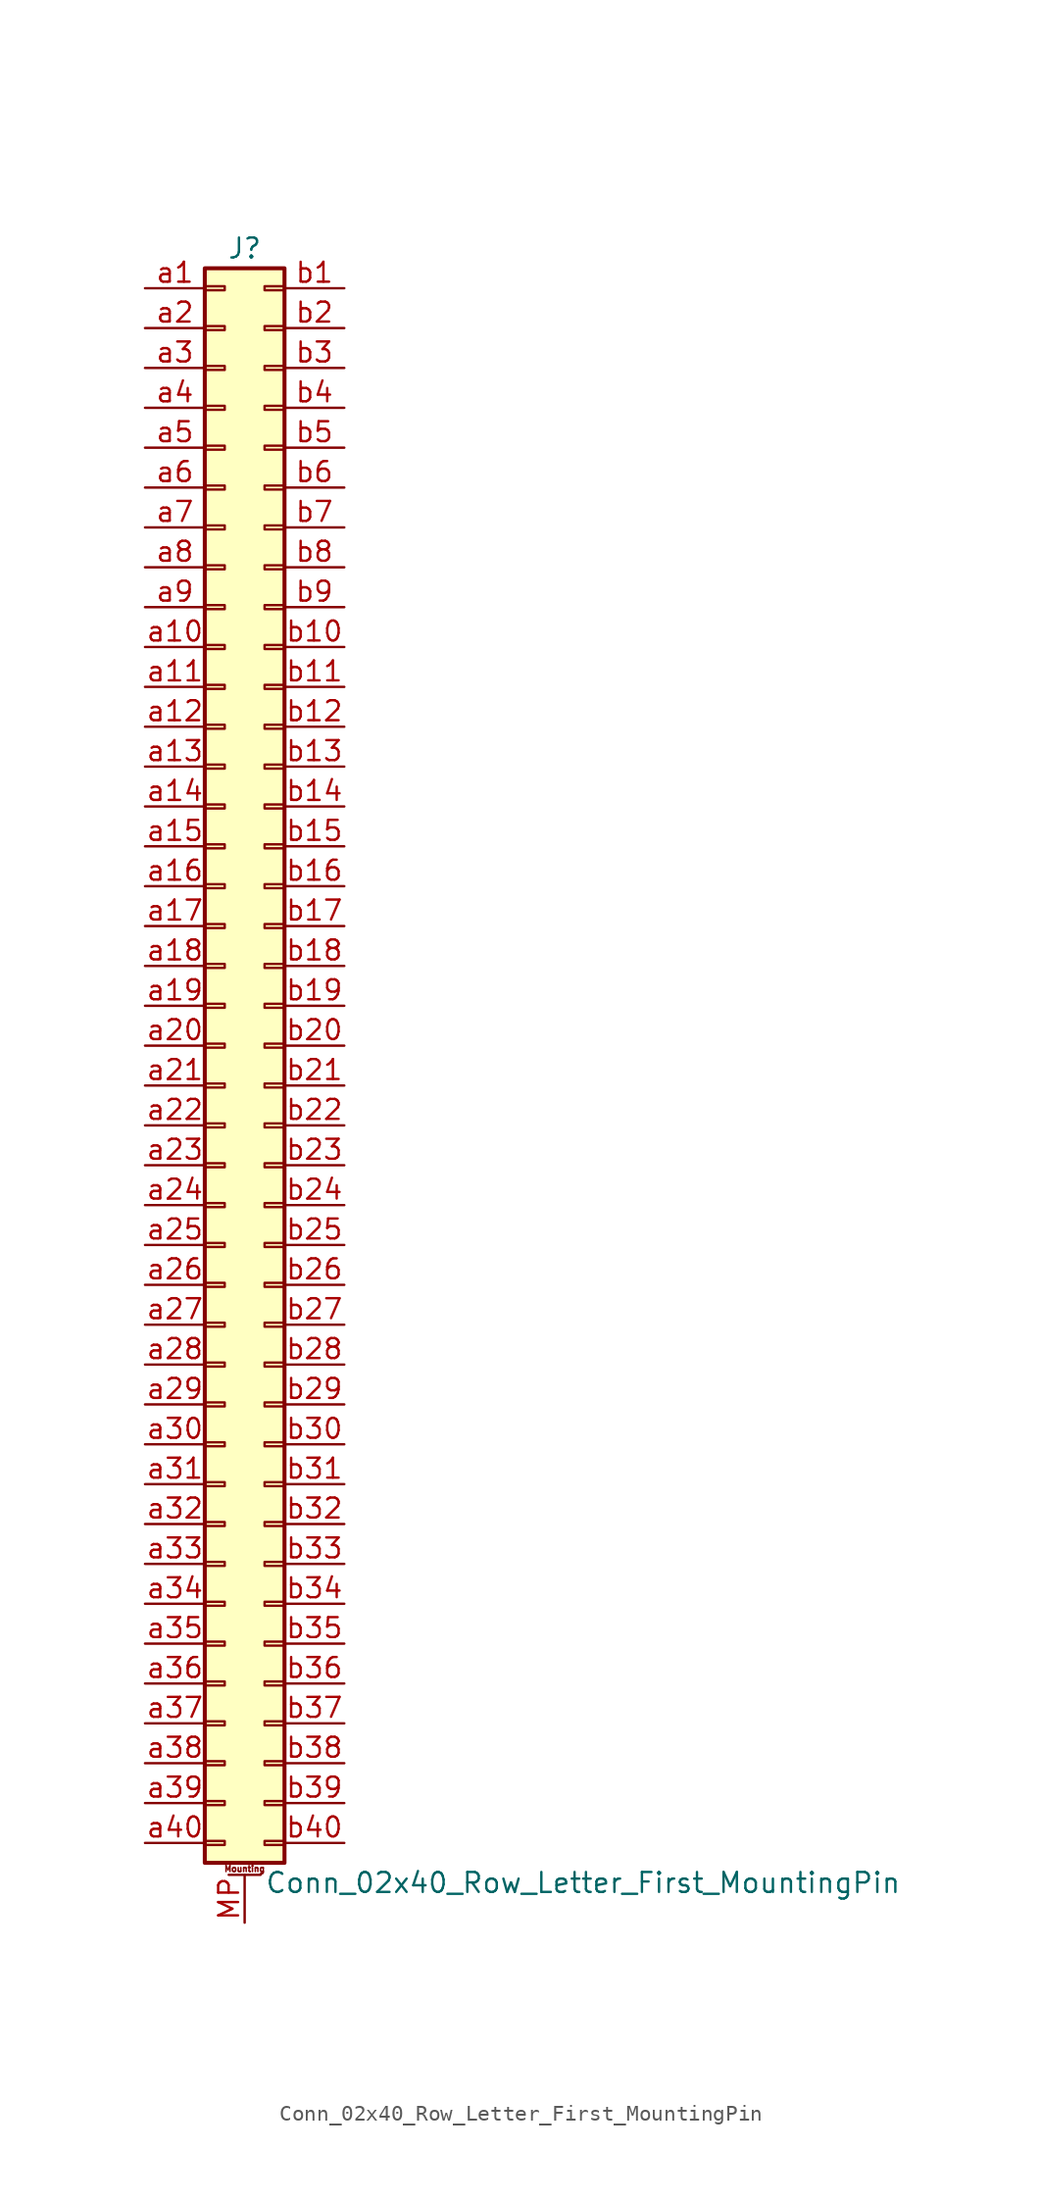
<source format=kicad_sym>
(kicad_symbol_lib
  (version 20211014)
  (generator kicad_symbol_editor)
  (symbol "Conn_02x40_Row_Letter_First_MountingPin"
    (pin_names
      (offset 1.016) hide)
    (property "Reference" "J"
      (at 1.27 50.8 0)
      (effects (font (size 1.27 1.27))))
    (property "Value" "Conn_02x40_Row_Letter_First_MountingPin"
      (at 2.54 -53.34 0)
      (effects (font (size 1.27 1.27)) (justify left)))
    (symbol "Conn_02x40_Row_Letter_First_MountingPin_1_1"
      (rectangle (start -1.27 -50.673) (end 0 -50.927) (stroke (width 0.152) (type default) (color 0 0 0 0)) (fill (type none)))
      (rectangle (start -1.27 -48.133) (end 0 -48.387) (stroke (width 0.152) (type default) (color 0 0 0 0)) (fill (type none)))
      (rectangle (start -1.27 -45.593) (end 0 -45.847) (stroke (width 0.152) (type default) (color 0 0 0 0)) (fill (type none)))
      (rectangle (start -1.27 -43.053) (end 0 -43.307) (stroke (width 0.152) (type default) (color 0 0 0 0)) (fill (type none)))
      (rectangle (start -1.27 -40.513) (end 0 -40.767) (stroke (width 0.152) (type default) (color 0 0 0 0)) (fill (type none)))
      (rectangle (start -1.27 -37.973) (end 0 -38.227) (stroke (width 0.152) (type default) (color 0 0 0 0)) (fill (type none)))
      (rectangle (start -1.27 -35.433) (end 0 -35.687) (stroke (width 0.152) (type default) (color 0 0 0 0)) (fill (type none)))
      (rectangle (start -1.27 -32.893) (end 0 -33.147) (stroke (width 0.152) (type default) (color 0 0 0 0)) (fill (type none)))
      (rectangle (start -1.27 -30.353) (end 0 -30.607) (stroke (width 0.152) (type default) (color 0 0 0 0)) (fill (type none)))
      (rectangle (start -1.27 -27.813) (end 0 -28.067) (stroke (width 0.152) (type default) (color 0 0 0 0)) (fill (type none)))
      (rectangle (start -1.27 -25.273) (end 0 -25.527) (stroke (width 0.152) (type default) (color 0 0 0 0)) (fill (type none)))
      (rectangle (start -1.27 -22.733) (end 0 -22.987) (stroke (width 0.152) (type default) (color 0 0 0 0)) (fill (type none)))
      (rectangle (start -1.27 -20.193) (end 0 -20.447) (stroke (width 0.152) (type default) (color 0 0 0 0)) (fill (type none)))
      (rectangle (start -1.27 -17.653) (end 0 -17.907) (stroke (width 0.152) (type default) (color 0 0 0 0)) (fill (type none)))
      (rectangle (start -1.27 -15.113) (end 0 -15.367) (stroke (width 0.152) (type default) (color 0 0 0 0)) (fill (type none)))
      (rectangle (start -1.27 -12.573) (end 0 -12.827) (stroke (width 0.152) (type default) (color 0 0 0 0)) (fill (type none)))
      (rectangle (start -1.27 -10.033) (end 0 -10.287) (stroke (width 0.152) (type default) (color 0 0 0 0)) (fill (type none)))
      (rectangle (start -1.27 -7.493) (end 0 -7.747) (stroke (width 0.152) (type default) (color 0 0 0 0)) (fill (type none)))
      (rectangle (start -1.27 -4.953) (end 0 -5.207) (stroke (width 0.152) (type default) (color 0 0 0 0)) (fill (type none)))
      (rectangle (start -1.27 -2.413) (end 0 -2.667) (stroke (width 0.152) (type default) (color 0 0 0 0)) (fill (type none)))
      (rectangle (start -1.27 0.127) (end 0 -0.127) (stroke (width 0.152) (type default) (color 0 0 0 0)) (fill (type none)))
      (rectangle (start -1.27 2.667) (end 0 2.413) (stroke (width 0.152) (type default) (color 0 0 0 0)) (fill (type none)))
      (rectangle (start -1.27 5.207) (end 0 4.953) (stroke (width 0.152) (type default) (color 0 0 0 0)) (fill (type none)))
      (rectangle (start -1.27 7.747) (end 0 7.493) (stroke (width 0.152) (type default) (color 0 0 0 0)) (fill (type none)))
      (rectangle (start -1.27 10.287) (end 0 10.033) (stroke (width 0.152) (type default) (color 0 0 0 0)) (fill (type none)))
      (rectangle (start -1.27 12.827) (end 0 12.573) (stroke (width 0.152) (type default) (color 0 0 0 0)) (fill (type none)))
      (rectangle (start -1.27 15.367) (end 0 15.113) (stroke (width 0.152) (type default) (color 0 0 0 0)) (fill (type none)))
      (rectangle (start -1.27 17.907) (end 0 17.653) (stroke (width 0.152) (type default) (color 0 0 0 0)) (fill (type none)))
      (rectangle (start -1.27 20.447) (end 0 20.193) (stroke (width 0.152) (type default) (color 0 0 0 0)) (fill (type none)))
      (rectangle (start -1.27 22.987) (end 0 22.733) (stroke (width 0.152) (type default) (color 0 0 0 0)) (fill (type none)))
      (rectangle (start -1.27 25.527) (end 0 25.273) (stroke (width 0.152) (type default) (color 0 0 0 0)) (fill (type none)))
      (rectangle (start -1.27 28.067) (end 0 27.813) (stroke (width 0.152) (type default) (color 0 0 0 0)) (fill (type none)))
      (rectangle (start -1.27 30.607) (end 0 30.353) (stroke (width 0.152) (type default) (color 0 0 0 0)) (fill (type none)))
      (rectangle (start -1.27 33.147) (end 0 32.893) (stroke (width 0.152) (type default) (color 0 0 0 0)) (fill (type none)))
      (rectangle (start -1.27 35.687) (end 0 35.433) (stroke (width 0.152) (type default) (color 0 0 0 0)) (fill (type none)))
      (rectangle (start -1.27 38.227) (end 0 37.973) (stroke (width 0.152) (type default) (color 0 0 0 0)) (fill (type none)))
      (rectangle (start -1.27 40.767) (end 0 40.513) (stroke (width 0.152) (type default) (color 0 0 0 0)) (fill (type none)))
      (rectangle (start -1.27 43.307) (end 0 43.053) (stroke (width 0.152) (type default) (color 0 0 0 0)) (fill (type none)))
      (rectangle (start -1.27 45.847) (end 0 45.593) (stroke (width 0.152) (type default) (color 0 0 0 0)) (fill (type none)))
      (rectangle (start -1.27 48.387) (end 0 48.133) (stroke (width 0.152) (type default) (color 0 0 0 0)) (fill (type none)))
      (rectangle (start -1.27 49.53) (end 3.81 -52.07) (stroke (width 0.254) (type default) (color 0 0 0 0)) (fill (type background)))
      (polyline (pts (xy 0.254 -52.832) (xy 2.286 -52.832)) (stroke (width 0.152) (type default) (color 0 0 0 0)) (fill (type none)))
      (rectangle (start 3.81 -50.673) (end 2.54 -50.927) (stroke (width 0.152) (type default) (color 0 0 0 0)) (fill (type none)))
      (rectangle (start 3.81 -48.133) (end 2.54 -48.387) (stroke (width 0.152) (type default) (color 0 0 0 0)) (fill (type none)))
      (rectangle (start 3.81 -45.593) (end 2.54 -45.847) (stroke (width 0.152) (type default) (color 0 0 0 0)) (fill (type none)))
      (rectangle (start 3.81 -43.053) (end 2.54 -43.307) (stroke (width 0.152) (type default) (color 0 0 0 0)) (fill (type none)))
      (rectangle (start 3.81 -40.513) (end 2.54 -40.767) (stroke (width 0.152) (type default) (color 0 0 0 0)) (fill (type none)))
      (rectangle (start 3.81 -37.973) (end 2.54 -38.227) (stroke (width 0.152) (type default) (color 0 0 0 0)) (fill (type none)))
      (rectangle (start 3.81 -35.433) (end 2.54 -35.687) (stroke (width 0.152) (type default) (color 0 0 0 0)) (fill (type none)))
      (rectangle (start 3.81 -32.893) (end 2.54 -33.147) (stroke (width 0.152) (type default) (color 0 0 0 0)) (fill (type none)))
      (rectangle (start 3.81 -30.353) (end 2.54 -30.607) (stroke (width 0.152) (type default) (color 0 0 0 0)) (fill (type none)))
      (rectangle (start 3.81 -27.813) (end 2.54 -28.067) (stroke (width 0.152) (type default) (color 0 0 0 0)) (fill (type none)))
      (rectangle (start 3.81 -25.273) (end 2.54 -25.527) (stroke (width 0.152) (type default) (color 0 0 0 0)) (fill (type none)))
      (rectangle (start 3.81 -22.733) (end 2.54 -22.987) (stroke (width 0.152) (type default) (color 0 0 0 0)) (fill (type none)))
      (rectangle (start 3.81 -20.193) (end 2.54 -20.447) (stroke (width 0.152) (type default) (color 0 0 0 0)) (fill (type none)))
      (rectangle (start 3.81 -17.653) (end 2.54 -17.907) (stroke (width 0.152) (type default) (color 0 0 0 0)) (fill (type none)))
      (rectangle (start 3.81 -15.113) (end 2.54 -15.367) (stroke (width 0.152) (type default) (color 0 0 0 0)) (fill (type none)))
      (rectangle (start 3.81 -12.573) (end 2.54 -12.827) (stroke (width 0.152) (type default) (color 0 0 0 0)) (fill (type none)))
      (rectangle (start 3.81 -10.033) (end 2.54 -10.287) (stroke (width 0.152) (type default) (color 0 0 0 0)) (fill (type none)))
      (rectangle (start 3.81 -7.493) (end 2.54 -7.747) (stroke (width 0.152) (type default) (color 0 0 0 0)) (fill (type none)))
      (rectangle (start 3.81 -4.953) (end 2.54 -5.207) (stroke (width 0.152) (type default) (color 0 0 0 0)) (fill (type none)))
      (rectangle (start 3.81 -2.413) (end 2.54 -2.667) (stroke (width 0.152) (type default) (color 0 0 0 0)) (fill (type none)))
      (rectangle (start 3.81 0.127) (end 2.54 -0.127) (stroke (width 0.152) (type default) (color 0 0 0 0)) (fill (type none)))
      (rectangle (start 3.81 2.667) (end 2.54 2.413) (stroke (width 0.152) (type default) (color 0 0 0 0)) (fill (type none)))
      (rectangle (start 3.81 5.207) (end 2.54 4.953) (stroke (width 0.152) (type default) (color 0 0 0 0)) (fill (type none)))
      (rectangle (start 3.81 7.747) (end 2.54 7.493) (stroke (width 0.152) (type default) (color 0 0 0 0)) (fill (type none)))
      (rectangle (start 3.81 10.287) (end 2.54 10.033) (stroke (width 0.152) (type default) (color 0 0 0 0)) (fill (type none)))
      (rectangle (start 3.81 12.827) (end 2.54 12.573) (stroke (width 0.152) (type default) (color 0 0 0 0)) (fill (type none)))
      (rectangle (start 3.81 15.367) (end 2.54 15.113) (stroke (width 0.152) (type default) (color 0 0 0 0)) (fill (type none)))
      (rectangle (start 3.81 17.907) (end 2.54 17.653) (stroke (width 0.152) (type default) (color 0 0 0 0)) (fill (type none)))
      (rectangle (start 3.81 20.447) (end 2.54 20.193) (stroke (width 0.152) (type default) (color 0 0 0 0)) (fill (type none)))
      (rectangle (start 3.81 22.987) (end 2.54 22.733) (stroke (width 0.152) (type default) (color 0 0 0 0)) (fill (type none)))
      (rectangle (start 3.81 25.527) (end 2.54 25.273) (stroke (width 0.152) (type default) (color 0 0 0 0)) (fill (type none)))
      (rectangle (start 3.81 28.067) (end 2.54 27.813) (stroke (width 0.152) (type default) (color 0 0 0 0)) (fill (type none)))
      (rectangle (start 3.81 30.607) (end 2.54 30.353) (stroke (width 0.152) (type default) (color 0 0 0 0)) (fill (type none)))
      (rectangle (start 3.81 33.147) (end 2.54 32.893) (stroke (width 0.152) (type default) (color 0 0 0 0)) (fill (type none)))
      (rectangle (start 3.81 35.687) (end 2.54 35.433) (stroke (width 0.152) (type default) (color 0 0 0 0)) (fill (type none)))
      (rectangle (start 3.81 38.227) (end 2.54 37.973) (stroke (width 0.152) (type default) (color 0 0 0 0)) (fill (type none)))
      (rectangle (start 3.81 40.767) (end 2.54 40.513) (stroke (width 0.152) (type default) (color 0 0 0 0)) (fill (type none)))
      (rectangle (start 3.81 43.307) (end 2.54 43.053) (stroke (width 0.152) (type default) (color 0 0 0 0)) (fill (type none)))
      (rectangle (start 3.81 45.847) (end 2.54 45.593) (stroke (width 0.152) (type default) (color 0 0 0 0)) (fill (type none)))
      (rectangle (start 3.81 48.387) (end 2.54 48.133) (stroke (width 0.152) (type default) (color 0 0 0 0)) (fill (type none)))
      (text "Mounting" (at 1.27 -52.451 0) (effects (font (size 0.381 0.381))))
      (pin passive line (at 1.27 -55.88 90) (length 3.048) (name "MountPin" (effects (font (size 1.27 1.27)))) (number "MP" (effects (font (size 1.27 1.27)))))
      (pin passive line (at -5.08 48.26 0) (length 3.81) (name "Pin_a1" (effects (font (size 1.27 1.27)))) (number "a1" (effects (font (size 1.27 1.27)))))
      (pin passive line (at -5.08 25.4 0) (length 3.81) (name "Pin_a10" (effects (font (size 1.27 1.27)))) (number "a10" (effects (font (size 1.27 1.27)))))
      (pin passive line (at -5.08 22.86 0) (length 3.81) (name "Pin_a11" (effects (font (size 1.27 1.27)))) (number "a11" (effects (font (size 1.27 1.27)))))
      (pin passive line (at -5.08 20.32 0) (length 3.81) (name "Pin_a12" (effects (font (size 1.27 1.27)))) (number "a12" (effects (font (size 1.27 1.27)))))
      (pin passive line (at -5.08 17.78 0) (length 3.81) (name "Pin_a13" (effects (font (size 1.27 1.27)))) (number "a13" (effects (font (size 1.27 1.27)))))
      (pin passive line (at -5.08 15.24 0) (length 3.81) (name "Pin_a14" (effects (font (size 1.27 1.27)))) (number "a14" (effects (font (size 1.27 1.27)))))
      (pin passive line (at -5.08 12.7 0) (length 3.81) (name "Pin_a15" (effects (font (size 1.27 1.27)))) (number "a15" (effects (font (size 1.27 1.27)))))
      (pin passive line (at -5.08 10.16 0) (length 3.81) (name "Pin_a16" (effects (font (size 1.27 1.27)))) (number "a16" (effects (font (size 1.27 1.27)))))
      (pin passive line (at -5.08 7.62 0) (length 3.81) (name "Pin_a17" (effects (font (size 1.27 1.27)))) (number "a17" (effects (font (size 1.27 1.27)))))
      (pin passive line (at -5.08 5.08 0) (length 3.81) (name "Pin_a18" (effects (font (size 1.27 1.27)))) (number "a18" (effects (font (size 1.27 1.27)))))
      (pin passive line (at -5.08 2.54 0) (length 3.81) (name "Pin_a19" (effects (font (size 1.27 1.27)))) (number "a19" (effects (font (size 1.27 1.27)))))
      (pin passive line (at -5.08 45.72 0) (length 3.81) (name "Pin_a2" (effects (font (size 1.27 1.27)))) (number "a2" (effects (font (size 1.27 1.27)))))
      (pin passive line (at -5.08 0 0) (length 3.81) (name "Pin_a20" (effects (font (size 1.27 1.27)))) (number "a20" (effects (font (size 1.27 1.27)))))
      (pin passive line (at -5.08 -2.54 0) (length 3.81) (name "Pin_a21" (effects (font (size 1.27 1.27)))) (number "a21" (effects (font (size 1.27 1.27)))))
      (pin passive line (at -5.08 -5.08 0) (length 3.81) (name "Pin_a22" (effects (font (size 1.27 1.27)))) (number "a22" (effects (font (size 1.27 1.27)))))
      (pin passive line (at -5.08 -7.62 0) (length 3.81) (name "Pin_a23" (effects (font (size 1.27 1.27)))) (number "a23" (effects (font (size 1.27 1.27)))))
      (pin passive line (at -5.08 -10.16 0) (length 3.81) (name "Pin_a24" (effects (font (size 1.27 1.27)))) (number "a24" (effects (font (size 1.27 1.27)))))
      (pin passive line (at -5.08 -12.7 0) (length 3.81) (name "Pin_a25" (effects (font (size 1.27 1.27)))) (number "a25" (effects (font (size 1.27 1.27)))))
      (pin passive line (at -5.08 -15.24 0) (length 3.81) (name "Pin_a26" (effects (font (size 1.27 1.27)))) (number "a26" (effects (font (size 1.27 1.27)))))
      (pin passive line (at -5.08 -17.78 0) (length 3.81) (name "Pin_a27" (effects (font (size 1.27 1.27)))) (number "a27" (effects (font (size 1.27 1.27)))))
      (pin passive line (at -5.08 -20.32 0) (length 3.81) (name "Pin_a28" (effects (font (size 1.27 1.27)))) (number "a28" (effects (font (size 1.27 1.27)))))
      (pin passive line (at -5.08 -22.86 0) (length 3.81) (name "Pin_a29" (effects (font (size 1.27 1.27)))) (number "a29" (effects (font (size 1.27 1.27)))))
      (pin passive line (at -5.08 43.18 0) (length 3.81) (name "Pin_a3" (effects (font (size 1.27 1.27)))) (number "a3" (effects (font (size 1.27 1.27)))))
      (pin passive line (at -5.08 -25.4 0) (length 3.81) (name "Pin_a30" (effects (font (size 1.27 1.27)))) (number "a30" (effects (font (size 1.27 1.27)))))
      (pin passive line (at -5.08 -27.94 0) (length 3.81) (name "Pin_a31" (effects (font (size 1.27 1.27)))) (number "a31" (effects (font (size 1.27 1.27)))))
      (pin passive line (at -5.08 -30.48 0) (length 3.81) (name "Pin_a32" (effects (font (size 1.27 1.27)))) (number "a32" (effects (font (size 1.27 1.27)))))
      (pin passive line (at -5.08 -33.02 0) (length 3.81) (name "Pin_a33" (effects (font (size 1.27 1.27)))) (number "a33" (effects (font (size 1.27 1.27)))))
      (pin passive line (at -5.08 -35.56 0) (length 3.81) (name "Pin_a34" (effects (font (size 1.27 1.27)))) (number "a34" (effects (font (size 1.27 1.27)))))
      (pin passive line (at -5.08 -38.1 0) (length 3.81) (name "Pin_a35" (effects (font (size 1.27 1.27)))) (number "a35" (effects (font (size 1.27 1.27)))))
      (pin passive line (at -5.08 -40.64 0) (length 3.81) (name "Pin_a36" (effects (font (size 1.27 1.27)))) (number "a36" (effects (font (size 1.27 1.27)))))
      (pin passive line (at -5.08 -43.18 0) (length 3.81) (name "Pin_a37" (effects (font (size 1.27 1.27)))) (number "a37" (effects (font (size 1.27 1.27)))))
      (pin passive line (at -5.08 -45.72 0) (length 3.81) (name "Pin_a38" (effects (font (size 1.27 1.27)))) (number "a38" (effects (font (size 1.27 1.27)))))
      (pin passive line (at -5.08 -48.26 0) (length 3.81) (name "Pin_a39" (effects (font (size 1.27 1.27)))) (number "a39" (effects (font (size 1.27 1.27)))))
      (pin passive line (at -5.08 40.64 0) (length 3.81) (name "Pin_a4" (effects (font (size 1.27 1.27)))) (number "a4" (effects (font (size 1.27 1.27)))))
      (pin passive line (at -5.08 -50.8 0) (length 3.81) (name "Pin_a40" (effects (font (size 1.27 1.27)))) (number "a40" (effects (font (size 1.27 1.27)))))
      (pin passive line (at -5.08 38.1 0) (length 3.81) (name "Pin_a5" (effects (font (size 1.27 1.27)))) (number "a5" (effects (font (size 1.27 1.27)))))
      (pin passive line (at -5.08 35.56 0) (length 3.81) (name "Pin_a6" (effects (font (size 1.27 1.27)))) (number "a6" (effects (font (size 1.27 1.27)))))
      (pin passive line (at -5.08 33.02 0) (length 3.81) (name "Pin_a7" (effects (font (size 1.27 1.27)))) (number "a7" (effects (font (size 1.27 1.27)))))
      (pin passive line (at -5.08 30.48 0) (length 3.81) (name "Pin_a8" (effects (font (size 1.27 1.27)))) (number "a8" (effects (font (size 1.27 1.27)))))
      (pin passive line (at -5.08 27.94 0) (length 3.81) (name "Pin_a9" (effects (font (size 1.27 1.27)))) (number "a9" (effects (font (size 1.27 1.27)))))
      (pin passive line (at 7.62 48.26 180) (length 3.81) (name "Pin_b1" (effects (font (size 1.27 1.27)))) (number "b1" (effects (font (size 1.27 1.27)))))
      (pin passive line (at 7.62 25.4 180) (length 3.81) (name "Pin_b10" (effects (font (size 1.27 1.27)))) (number "b10" (effects (font (size 1.27 1.27)))))
      (pin passive line (at 7.62 22.86 180) (length 3.81) (name "Pin_b11" (effects (font (size 1.27 1.27)))) (number "b11" (effects (font (size 1.27 1.27)))))
      (pin passive line (at 7.62 20.32 180) (length 3.81) (name "Pin_b12" (effects (font (size 1.27 1.27)))) (number "b12" (effects (font (size 1.27 1.27)))))
      (pin passive line (at 7.62 17.78 180) (length 3.81) (name "Pin_b13" (effects (font (size 1.27 1.27)))) (number "b13" (effects (font (size 1.27 1.27)))))
      (pin passive line (at 7.62 15.24 180) (length 3.81) (name "Pin_b14" (effects (font (size 1.27 1.27)))) (number "b14" (effects (font (size 1.27 1.27)))))
      (pin passive line (at 7.62 12.7 180) (length 3.81) (name "Pin_b15" (effects (font (size 1.27 1.27)))) (number "b15" (effects (font (size 1.27 1.27)))))
      (pin passive line (at 7.62 10.16 180) (length 3.81) (name "Pin_b16" (effects (font (size 1.27 1.27)))) (number "b16" (effects (font (size 1.27 1.27)))))
      (pin passive line (at 7.62 7.62 180) (length 3.81) (name "Pin_b17" (effects (font (size 1.27 1.27)))) (number "b17" (effects (font (size 1.27 1.27)))))
      (pin passive line (at 7.62 5.08 180) (length 3.81) (name "Pin_b18" (effects (font (size 1.27 1.27)))) (number "b18" (effects (font (size 1.27 1.27)))))
      (pin passive line (at 7.62 2.54 180) (length 3.81) (name "Pin_b19" (effects (font (size 1.27 1.27)))) (number "b19" (effects (font (size 1.27 1.27)))))
      (pin passive line (at 7.62 45.72 180) (length 3.81) (name "Pin_b2" (effects (font (size 1.27 1.27)))) (number "b2" (effects (font (size 1.27 1.27)))))
      (pin passive line (at 7.62 0 180) (length 3.81) (name "Pin_b20" (effects (font (size 1.27 1.27)))) (number "b20" (effects (font (size 1.27 1.27)))))
      (pin passive line (at 7.62 -2.54 180) (length 3.81) (name "Pin_b21" (effects (font (size 1.27 1.27)))) (number "b21" (effects (font (size 1.27 1.27)))))
      (pin passive line (at 7.62 -5.08 180) (length 3.81) (name "Pin_b22" (effects (font (size 1.27 1.27)))) (number "b22" (effects (font (size 1.27 1.27)))))
      (pin passive line (at 7.62 -7.62 180) (length 3.81) (name "Pin_b23" (effects (font (size 1.27 1.27)))) (number "b23" (effects (font (size 1.27 1.27)))))
      (pin passive line (at 7.62 -10.16 180) (length 3.81) (name "Pin_b24" (effects (font (size 1.27 1.27)))) (number "b24" (effects (font (size 1.27 1.27)))))
      (pin passive line (at 7.62 -12.7 180) (length 3.81) (name "Pin_b25" (effects (font (size 1.27 1.27)))) (number "b25" (effects (font (size 1.27 1.27)))))
      (pin passive line (at 7.62 -15.24 180) (length 3.81) (name "Pin_b26" (effects (font (size 1.27 1.27)))) (number "b26" (effects (font (size 1.27 1.27)))))
      (pin passive line (at 7.62 -17.78 180) (length 3.81) (name "Pin_b27" (effects (font (size 1.27 1.27)))) (number "b27" (effects (font (size 1.27 1.27)))))
      (pin passive line (at 7.62 -20.32 180) (length 3.81) (name "Pin_b28" (effects (font (size 1.27 1.27)))) (number "b28" (effects (font (size 1.27 1.27)))))
      (pin passive line (at 7.62 -22.86 180) (length 3.81) (name "Pin_b29" (effects (font (size 1.27 1.27)))) (number "b29" (effects (font (size 1.27 1.27)))))
      (pin passive line (at 7.62 43.18 180) (length 3.81) (name "Pin_b3" (effects (font (size 1.27 1.27)))) (number "b3" (effects (font (size 1.27 1.27)))))
      (pin passive line (at 7.62 -25.4 180) (length 3.81) (name "Pin_b30" (effects (font (size 1.27 1.27)))) (number "b30" (effects (font (size 1.27 1.27)))))
      (pin passive line (at 7.62 -27.94 180) (length 3.81) (name "Pin_b31" (effects (font (size 1.27 1.27)))) (number "b31" (effects (font (size 1.27 1.27)))))
      (pin passive line (at 7.62 -30.48 180) (length 3.81) (name "Pin_b32" (effects (font (size 1.27 1.27)))) (number "b32" (effects (font (size 1.27 1.27)))))
      (pin passive line (at 7.62 -33.02 180) (length 3.81) (name "Pin_b33" (effects (font (size 1.27 1.27)))) (number "b33" (effects (font (size 1.27 1.27)))))
      (pin passive line (at 7.62 -35.56 180) (length 3.81) (name "Pin_b34" (effects (font (size 1.27 1.27)))) (number "b34" (effects (font (size 1.27 1.27)))))
      (pin passive line (at 7.62 -38.1 180) (length 3.81) (name "Pin_b35" (effects (font (size 1.27 1.27)))) (number "b35" (effects (font (size 1.27 1.27)))))
      (pin passive line (at 7.62 -40.64 180) (length 3.81) (name "Pin_b36" (effects (font (size 1.27 1.27)))) (number "b36" (effects (font (size 1.27 1.27)))))
      (pin passive line (at 7.62 -43.18 180) (length 3.81) (name "Pin_b37" (effects (font (size 1.27 1.27)))) (number "b37" (effects (font (size 1.27 1.27)))))
      (pin passive line (at 7.62 -45.72 180) (length 3.81) (name "Pin_b38" (effects (font (size 1.27 1.27)))) (number "b38" (effects (font (size 1.27 1.27)))))
      (pin passive line (at 7.62 -48.26 180) (length 3.81) (name "Pin_b39" (effects (font (size 1.27 1.27)))) (number "b39" (effects (font (size 1.27 1.27)))))
      (pin passive line (at 7.62 40.64 180) (length 3.81) (name "Pin_b4" (effects (font (size 1.27 1.27)))) (number "b4" (effects (font (size 1.27 1.27)))))
      (pin passive line (at 7.62 -50.8 180) (length 3.81) (name "Pin_b40" (effects (font (size 1.27 1.27)))) (number "b40" (effects (font (size 1.27 1.27)))))
      (pin passive line (at 7.62 38.1 180) (length 3.81) (name "Pin_b5" (effects (font (size 1.27 1.27)))) (number "b5" (effects (font (size 1.27 1.27)))))
      (pin passive line (at 7.62 35.56 180) (length 3.81) (name "Pin_b6" (effects (font (size 1.27 1.27)))) (number "b6" (effects (font (size 1.27 1.27)))))
      (pin passive line (at 7.62 33.02 180) (length 3.81) (name "Pin_b7" (effects (font (size 1.27 1.27)))) (number "b7" (effects (font (size 1.27 1.27)))))
      (pin passive line (at 7.62 30.48 180) (length 3.81) (name "Pin_b8" (effects (font (size 1.27 1.27)))) (number "b8" (effects (font (size 1.27 1.27)))))
      (pin passive line (at 7.62 27.94 180) (length 3.81) (name "Pin_b9" (effects (font (size 1.27 1.27)))) (number "b9" (effects (font (size 1.27 1.27))))))))
</source>
